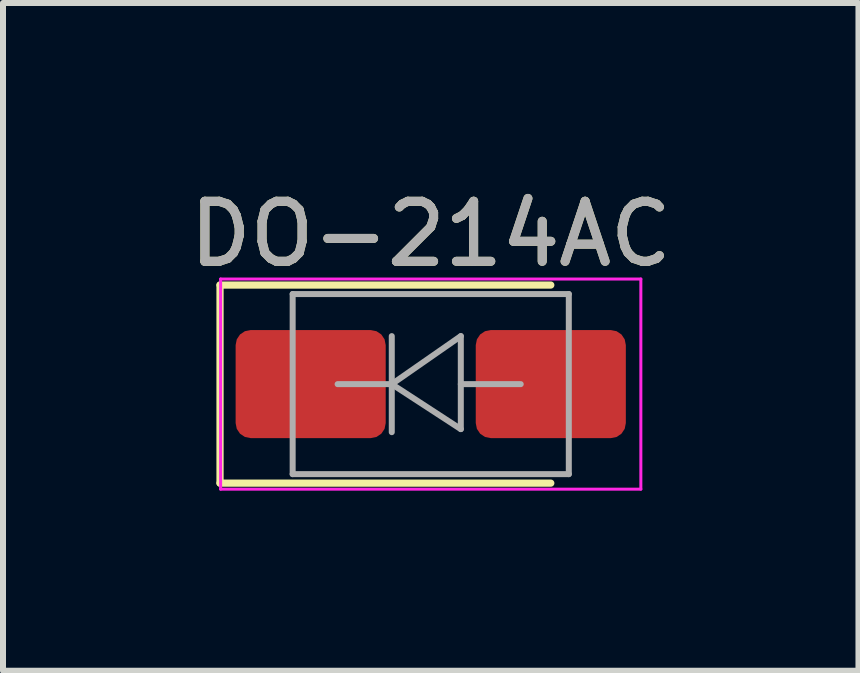
<source format=kicad_pcb>
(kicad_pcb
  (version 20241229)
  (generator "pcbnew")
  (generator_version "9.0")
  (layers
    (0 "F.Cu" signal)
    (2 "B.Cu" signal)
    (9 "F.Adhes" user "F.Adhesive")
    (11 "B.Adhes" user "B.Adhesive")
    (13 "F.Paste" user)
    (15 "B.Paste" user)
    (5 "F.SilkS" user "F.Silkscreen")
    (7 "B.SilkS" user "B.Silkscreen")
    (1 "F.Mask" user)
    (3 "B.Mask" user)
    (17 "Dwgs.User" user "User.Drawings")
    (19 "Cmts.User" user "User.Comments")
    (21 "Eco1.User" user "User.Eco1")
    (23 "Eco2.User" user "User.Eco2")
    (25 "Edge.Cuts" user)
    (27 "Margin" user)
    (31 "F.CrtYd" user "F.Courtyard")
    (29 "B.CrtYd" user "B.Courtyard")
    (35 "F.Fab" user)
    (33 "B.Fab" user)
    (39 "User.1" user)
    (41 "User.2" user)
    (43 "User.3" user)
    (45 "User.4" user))
  (footprint "DO-214AC"
    (layer "F.Cu")
    (at 4.125 3.348)
    (property "Reference" "DO-214AC" (at 0 -2.5 0) (layer "F.SilkS") (effects (font (size 1 1) (thickness 0.15))))
    (attr smd)
    (fp_line (start -3.51 -1.65) (end -3.51 1.65) (stroke (width 0.12) (type solid)) (layer "F.SilkS"))
    (fp_line (start -3.51 -1.65) (end 2 -1.65) (stroke (width 0.12) (type solid)) (layer "F.SilkS"))
    (fp_line (start -3.51 1.65) (end 2 1.65) (stroke (width 0.12) (type solid)) (layer "F.SilkS"))
    (fp_line (start -3.5 -1.75) (end 3.5 -1.75) (stroke (width 0.05) (type solid)) (layer "F.CrtYd"))
    (fp_line (start -3.5 1.75) (end -3.5 -1.75) (stroke (width 0.05) (type solid)) (layer "F.CrtYd"))
    (fp_line (start 3.5 -1.75) (end 3.5 1.75) (stroke (width 0.05) (type solid)) (layer "F.CrtYd"))
    (fp_line (start 3.5 1.75) (end -3.5 1.75) (stroke (width 0.05) (type solid)) (layer "F.CrtYd"))
    (fp_line (start -2.3 1.5) (end -2.3 -1.5) (stroke (width 0.1) (type solid)) (layer "F.Fab"))
    (fp_line (start -0.649 -0.799) (end -0.649 0.801) (stroke (width 0.1) (type solid)) (layer "F.Fab"))
    (fp_line (start -0.649 0.001) (end -1.551 0.001) (stroke (width 0.1) (type solid)) (layer "F.Fab"))
    (fp_line (start -0.649 0.001) (end 0.501 -0.799) (stroke (width 0.1) (type solid)) (layer "F.Fab"))
    (fp_line (start -0.649 0.001) (end 0.501 0.75) (stroke (width 0.1) (type solid)) (layer "F.Fab"))
    (fp_line (start 0.501 0.001) (end 1.499 0.001) (stroke (width 0.1) (type solid)) (layer "F.Fab"))
    (fp_line (start 0.501 0.75) (end 0.501 -0.799) (stroke (width 0.1) (type solid)) (layer "F.Fab"))
    (fp_line (start 2.3 -1.5) (end -2.3 -1.5) (stroke (width 0.1) (type solid)) (layer "F.Fab"))
    (fp_line (start 2.3 -1.5) (end 2.3 1.5) (stroke (width 0.1) (type solid)) (layer "F.Fab"))
    (fp_line (start 2.3 1.5) (end -2.3 1.5) (stroke (width 0.1) (type solid)) (layer "F.Fab"))
    (fp_text user "${REFERENCE}" (at 0 -2.5 0) (layer "F.Fab") (effects (font (size 1 1) (thickness 0.15))))
    (pad "1" smd roundrect (at -2 0) (size 2.5 1.8) (layers "F.Cu" "F.Mask" "F.Paste") (roundrect_rratio 0.139))
    (pad "2" smd roundrect (at 2 0) (size 2.5 1.8) (layers "F.Cu" "F.Mask" "F.Paste") (roundrect_rratio 0.139)))
  (gr_rect
    (start -3 -3)
    (end 11.25 8.123)
    (stroke (width 0.1) (type default))
    (fill no)
    (layer "Edge.Cuts")))
</source>
